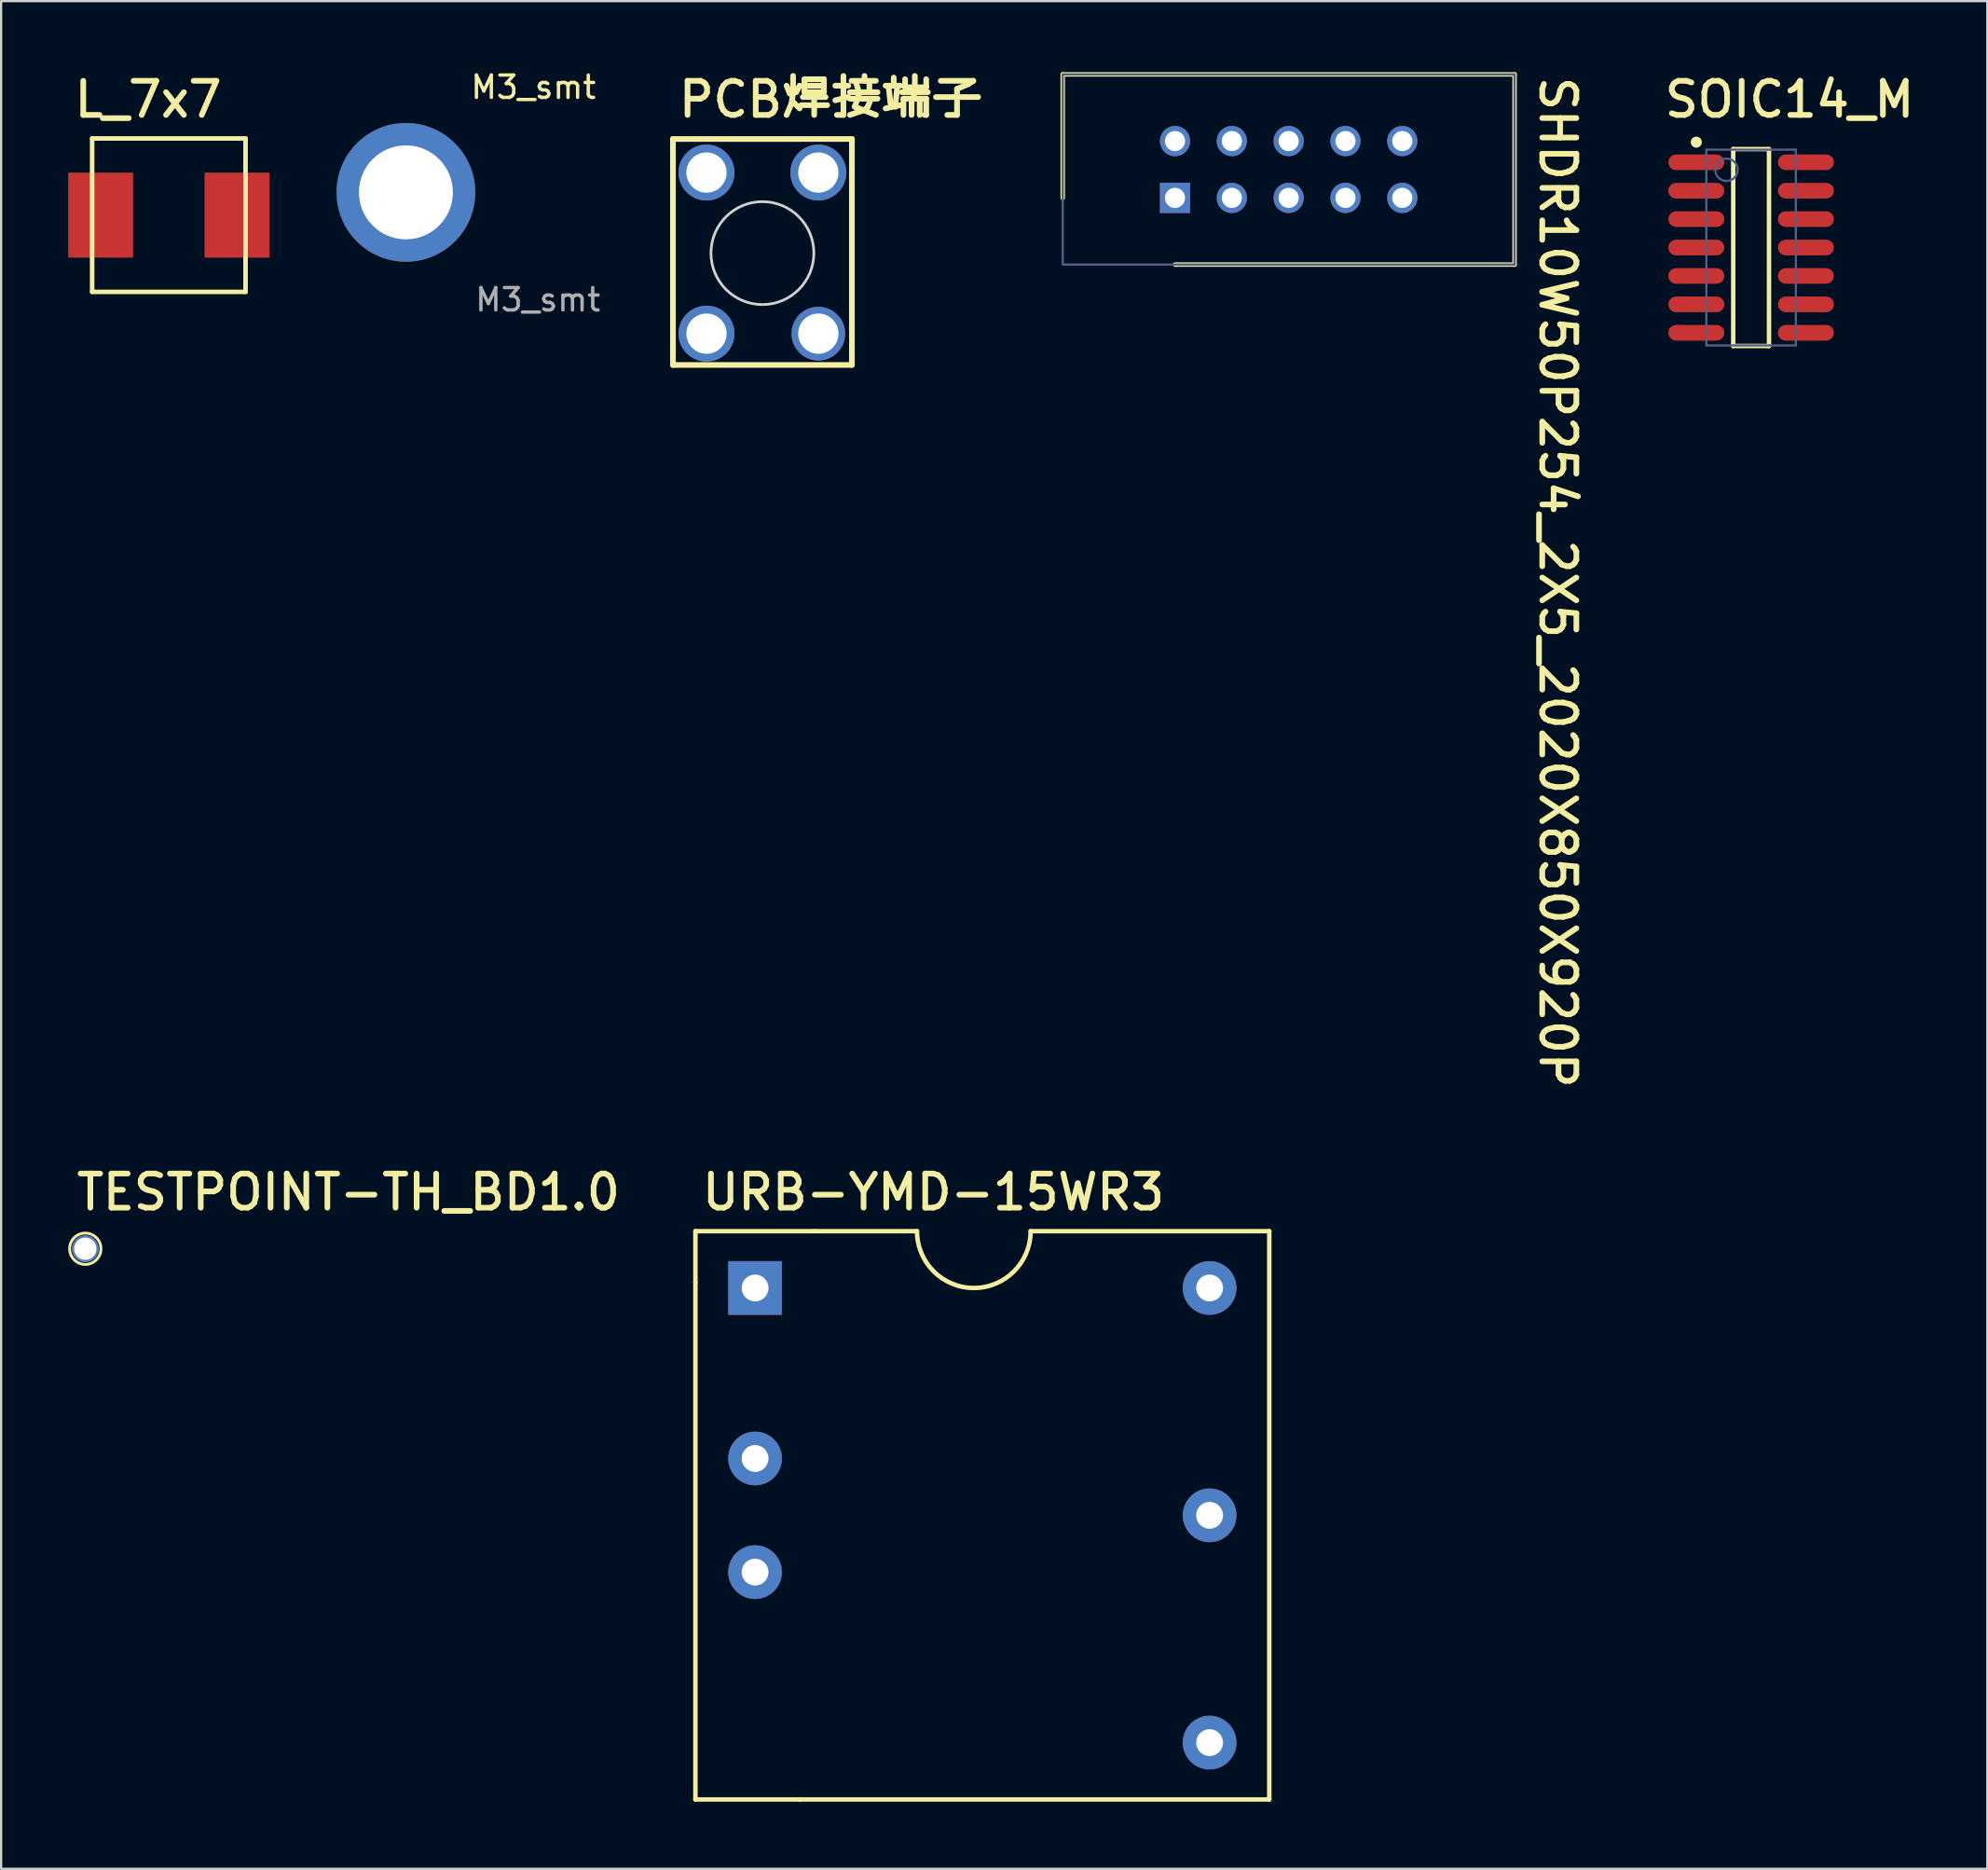
<source format=kicad_pcb>
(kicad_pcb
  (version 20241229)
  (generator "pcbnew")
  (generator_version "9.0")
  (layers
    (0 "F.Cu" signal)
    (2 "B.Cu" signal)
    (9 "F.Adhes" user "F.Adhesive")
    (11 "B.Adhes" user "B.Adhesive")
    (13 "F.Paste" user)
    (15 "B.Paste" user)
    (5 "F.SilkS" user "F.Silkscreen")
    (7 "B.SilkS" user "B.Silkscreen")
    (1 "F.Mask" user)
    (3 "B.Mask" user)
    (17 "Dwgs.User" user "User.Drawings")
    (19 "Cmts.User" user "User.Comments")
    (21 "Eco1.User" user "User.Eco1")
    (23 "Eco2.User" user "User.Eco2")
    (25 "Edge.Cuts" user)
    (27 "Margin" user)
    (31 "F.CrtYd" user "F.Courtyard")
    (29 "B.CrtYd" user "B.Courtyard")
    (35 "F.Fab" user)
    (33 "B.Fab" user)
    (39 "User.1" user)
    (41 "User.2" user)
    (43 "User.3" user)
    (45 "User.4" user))
  (footprint "URB-YMD-15WR3"
    (layer "F.Cu")
    (at 30.706 54.519)
    (property "Reference" "URB-YMD-15WR3" (at -2.502 -3.391 0) (unlocked yes) (layer "F.SilkS") (effects (font (size 1.524 1.524) (thickness 0.254)) (justify left bottom)))
    (fp_line (start -2.667 -2.54) (end 2.67 -2.54) (stroke (width 0.2) (type solid)) (layer "F.SilkS"))
    (fp_line (start -2.667 -0.254) (end -2.667 -2.54) (stroke (width 0.2) (type solid)) (layer "F.SilkS"))
    (fp_line (start -2.667 22.86) (end -2.667 -0.254) (stroke (width 0.2) (type solid)) (layer "F.SilkS"))
    (fp_line (start -2.667 22.86) (end 2.032 22.86) (stroke (width 0.2) (type solid)) (layer "F.SilkS"))
    (fp_line (start 2.032 22.86) (end 22.987 22.86) (stroke (width 0.2) (type solid)) (layer "F.SilkS"))
    (fp_line (start 2.67 -2.54) (end 7.239 -2.54) (stroke (width 0.2) (type solid)) (layer "F.SilkS"))
    (fp_line (start 12.319 -2.54) (end 22.987 -2.54) (stroke (width 0.2) (type solid)) (layer "F.SilkS"))
    (fp_line (start 22.987 22.86) (end 22.987 -2.54) (stroke (width 0.2) (type solid)) (layer "F.SilkS"))
    (fp_arc (start 12.319 -2.54) (mid 9.779 0) (end 7.239 -2.54) (stroke (width 0.2) (type solid)) (layer "F.SilkS"))
    (pad "1" thru_hole rect (at 0 0) (size 2.4 2.4) (drill 1.2) (layers "*.Cu" "*.Mask"))
    (pad "2" thru_hole circle (at 0 7.62) (size 2.4 2.4) (drill 1.2) (layers "*.Cu" "*.Mask"))
    (pad "3" thru_hole circle (at 0 12.7) (size 2.4 2.4) (drill 1.2) (layers "*.Cu" "*.Mask"))
    (pad "4" thru_hole circle (at 20.32 20.32) (size 2.4 2.4) (drill 1.2) (layers "*.Cu" "*.Mask"))
    (pad "5" thru_hole circle (at 20.32 10.16) (size 2.4 2.4) (drill 1.2) (layers "*.Cu" "*.Mask"))
    (pad "6" thru_hole circle (at 20.32 0) (size 2.4 2.4) (drill 1.2) (layers "*.Cu" "*.Mask")))
  (footprint "SHDR10W50P254_2X5_2020X850X920P"
    (layer "F.Cu")
    (at 49.48 5.795)
    (property "Reference" "SHDR10W50P254_2X5_2020X850X920P" (at 16.218 -5.55 270) (unlocked yes) (layer "F.SilkS") (effects (font (size 1.524 1.524) (thickness 0.254)) (justify left bottom)))
    (fp_line (start -5.02 -5.52) (end -5.02 0) (stroke (width 0.2) (type solid)) (layer "F.SilkS"))
    (fp_line (start -5.02 -5.52) (end 15.18 -5.52) (stroke (width 0.2) (type solid)) (layer "F.SilkS"))
    (fp_line (start 0 2.98) (end 15.18 2.98) (stroke (width 0.2) (type solid)) (layer "F.SilkS"))
    (fp_line (start 15.18 -5.52) (end 15.18 2.98) (stroke (width 0.2) (type solid)) (layer "F.SilkS"))
    (fp_line (start -5.27 -5.77) (end -5.27 3.23) (stroke (width 0.05) (type solid)) (layer "Eco1.User"))
    (fp_line (start -5.27 -5.77) (end 15.43 -5.77) (stroke (width 0.05) (type solid)) (layer "Eco1.User"))
    (fp_line (start -5.27 3.23) (end 15.43 3.23) (stroke (width 0.05) (type solid)) (layer "Eco1.User"))
    (fp_line (start 15.43 -5.77) (end 15.43 3.23) (stroke (width 0.05) (type solid)) (layer "Eco1.User"))
    (fp_line (start -5.02 -5.52) (end -5.02 2.98) (stroke (width 0.1) (type solid)) (layer "B.Fab"))
    (fp_line (start -5.02 -5.52) (end 15.18 -5.52) (stroke (width 0.1) (type solid)) (layer "B.Fab"))
    (fp_line (start -5.02 2.98) (end 15.18 2.98) (stroke (width 0.1) (type solid)) (layer "B.Fab"))
    (fp_line (start 15.18 -5.52) (end 15.18 2.98) (stroke (width 0.1) (type solid)) (layer "B.Fab"))
    (pad "1" thru_hole rect (at 0 0) (size 1.35 1.35) (drill 0.9) (layers "*.Cu" "*.Mask"))
    (pad "2" thru_hole circle (at 0 -2.54) (size 1.35 1.35) (drill 0.9) (layers "*.Cu" "*.Mask"))
    (pad "3" thru_hole circle (at 2.54 0) (size 1.35 1.35) (drill 0.9) (layers "*.Cu" "*.Mask"))
    (pad "4" thru_hole circle (at 2.54 -2.54) (size 1.35 1.35) (drill 0.9) (layers "*.Cu" "*.Mask"))
    (pad "5" thru_hole circle (at 5.08 0) (size 1.35 1.35) (drill 0.9) (layers "*.Cu" "*.Mask"))
    (pad "6" thru_hole circle (at 5.08 -2.54) (size 1.35 1.35) (drill 0.9) (layers "*.Cu" "*.Mask"))
    (pad "7" thru_hole circle (at 7.62 0) (size 1.35 1.35) (drill 0.9) (layers "*.Cu" "*.Mask"))
    (pad "8" thru_hole circle (at 7.62 -2.54) (size 1.35 1.35) (drill 0.9) (layers "*.Cu" "*.Mask"))
    (pad "9" thru_hole circle (at 10.16 0) (size 1.35 1.35) (drill 0.9) (layers "*.Cu" "*.Mask"))
    (pad "10" thru_hole circle (at 10.16 -2.54) (size 1.35 1.35) (drill 0.9) (layers "*.Cu" "*.Mask")))
  (footprint "L_7x7"
    (layer "F.Cu")
    (at 4.498 6.566)
    (property "Reference" "L_7x7" (at -4.356 -4.28 0) (unlocked yes) (layer "F.SilkS") (effects (font (size 1.524 1.524) (thickness 0.254)) (justify left bottom)))
    (fp_line (start -3.429 -3.429) (end 3.429 -3.429) (stroke (width 0.203) (type solid)) (layer "F.SilkS"))
    (fp_line (start -3.429 3.429) (end -3.429 -3.429) (stroke (width 0.203) (type solid)) (layer "F.SilkS"))
    (fp_line (start -3.429 3.429) (end 3.429 3.429) (stroke (width 0.203) (type solid)) (layer "F.SilkS"))
    (fp_line (start 3.429 3.429) (end 3.429 -3.429) (stroke (width 0.203) (type solid)) (layer "F.SilkS"))
    (pad "1" smd rect (at -3.048 0) (size 2.9 3.8) (layers "F.Cu" "F.Mask" "F.Paste"))
    (pad "2" smd rect (at 3.048 0) (size 2.9 3.8) (layers "F.Cu" "F.Mask" "F.Paste")))
  (footprint "PCB焊接端子"
    (layer "F.Cu")
    (at 28.034 4.763)
    (property "Reference" "PCB焊接端子" (at -0.876 -2.477 0) (unlocked yes) (layer "F.SilkS") (effects (font (size 1.524 1.524) (thickness 0.254)) (justify left bottom)))
    (fp_line (start -1 -1.6) (end 7 -1.6) (stroke (width 0.254) (type solid)) (layer "F.SilkS"))
    (fp_line (start -1 8.5) (end -1 -1.6) (stroke (width 0.254) (type solid)) (layer "F.SilkS"))
    (fp_line (start -1 8.5) (end 7 8.5) (stroke (width 0.254) (type solid)) (layer "F.SilkS"))
    (fp_line (start 7 8.5) (end 7 -1.6) (stroke (width 0.254) (type solid)) (layer "F.SilkS"))
    (fp_circle (center 3 3.5) (end 5.3 3.5) (stroke (width 0.12) (type default)) (fill no) (layer "Edge.Cuts"))
    (pad "1" thru_hole circle (at 0.5 -0.1) (size 2.5 2.5) (drill 1.8) (layers "*.Cu" "*.Mask"))
    (pad "1" thru_hole circle (at 0.5 7.1) (size 2.5 2.5) (drill 1.8) (layers "*.Cu" "*.Mask"))
    (pad "1" thru_hole circle (at 5.5 -0.1) (size 2.5 2.5) (drill 1.8) (layers "*.Cu" "*.Mask"))
    (pad "1" thru_hole circle (at 5.5 7.1) (size 2.4 2.4) (drill 1.8) (layers "*.Cu" "*.Mask"))
    (zone (net_name "") (layers "F.Cu" "B.Cu") (hatch edge 0.5) (connect_pads) (min_thickness 0.25) (filled_areas_thickness no) (keepout (tracks not_allowed) (vias not_allowed) (pads not_allowed) (copperpour not_allowed) (footprints allowed)) (placement (enabled no)) (fill))
    (zone (net_name "") (layers "F.Cu" "B.Cu") (hatch edge 0.5) (connect_pads) (min_thickness 0.25) (filled_areas_thickness no) (keepout (tracks not_allowed) (vias not_allowed) (pads not_allowed) (copperpour not_allowed) (footprints allowed)) (placement (enabled no)) (fill)))
  (footprint "TESTPOINT-TH_BD1.0"
    (layer "F.Cu")
    (at 0.763 52.766)
    (property "Reference" "TESTPOINT-TH_BD1.0" (at -0.521 -1.638 0) (unlocked yes) (layer "F.SilkS") (effects (font (size 1.524 1.524) (thickness 0.254)) (justify left bottom)))
    (fp_circle (center 0 0) (end 0 -0.7) (stroke (width 0.127) (type solid)) (fill no) (layer "F.SilkS"))
    (fp_poly (pts (xy 0.864 -0.804) (xy 0.864 -0.829) (xy 0.829 -0.864) (xy 0.78 -0.864) (xy 0.744 -0.829) (xy 0.744 -0.804) (xy 0.744 -0.78) (xy 0.78 -0.744) (xy 0.829 -0.744) (xy 0.864 -0.78)) (stroke (width 0.1) (type default)) (fill no) (layer "Eco1.User"))
    (pad "1" thru_hole circle (at 0 0) (size 1.2 1.2) (drill 1) (layers "*.Cu" "*.Mask")))
  (footprint "M3_smt"
    (layer "F.Cu")
    (at 15.096 5.548)
    (property "Reference" "M3_smt" (at 5.7 -4.7 0) (unlocked yes) (layer "F.SilkS") (effects (font (size 1 1) (thickness 0.15))))
    (attr smd)
    (fp_text user "${REFERENCE}" (at 5.9 4.8 0) (unlocked yes) (layer "F.Fab") (effects (font (size 1 1) (thickness 0.15))))
    (pad "1" thru_hole circle (at 0 0) (size 6.2 6.2) (drill 4.2) (layers "*.Cu" "*.Mask")))
  (footprint "SOIC14_M"
    (layer "F.Cu")
    (at 75.234 8.014)
    (property "Reference" "SOIC14_M" (at -4 -5.728 0) (unlocked yes) (layer "F.SilkS") (effects (font (size 1.524 1.524) (thickness 0.254)) (justify left bottom)))
    (fp_line (start -0.8 -4.4) (end 0.8 -4.4) (stroke (width 0.2) (type solid)) (layer "F.SilkS"))
    (fp_line (start -0.8 4.4) (end -0.8 -4.4) (stroke (width 0.2) (type solid)) (layer "F.SilkS"))
    (fp_line (start -0.8 4.4) (end 0.8 4.4) (stroke (width 0.2) (type solid)) (layer "F.SilkS"))
    (fp_line (start 0.8 4.4) (end 0.8 -4.4) (stroke (width 0.2) (type solid)) (layer "F.SilkS"))
    (fp_circle (center -2.45 -4.71) (end -2.45 -4.835) (stroke (width 0.25) (type solid)) (fill no) (layer "F.SilkS"))
    (fp_line (start -4.2 -4.9) (end 4.2 -4.9) (stroke (width 0.1) (type solid)) (layer "Eco1.User"))
    (fp_line (start -4.2 4.9) (end -4.2 -4.9) (stroke (width 0.1) (type solid)) (layer "Eco1.User"))
    (fp_line (start -4.2 4.9) (end 4.2 4.9) (stroke (width 0.1) (type solid)) (layer "Eco1.User"))
    (fp_line (start -0.5 0) (end 0.5 0) (stroke (width 0.1) (type solid)) (layer "Eco1.User"))
    (fp_line (start 0 0.5) (end 0 -0.5) (stroke (width 0.1) (type solid)) (layer "Eco1.User"))
    (fp_line (start 4.2 4.9) (end 4.2 -4.9) (stroke (width 0.1) (type solid)) (layer "Eco1.User"))
    (fp_line (start -2 -4.375) (end 2 -4.375) (stroke (width 0.1) (type solid)) (layer "B.Fab"))
    (fp_line (start -2 4.375) (end -2 -4.375) (stroke (width 0.1) (type solid)) (layer "B.Fab"))
    (fp_line (start -2 4.375) (end 2 4.375) (stroke (width 0.1) (type solid)) (layer "B.Fab"))
    (fp_line (start 2 4.375) (end 2 -4.375) (stroke (width 0.1) (type solid)) (layer "B.Fab"))
    (fp_circle (center -1.1 -3.475) (end -1.1 -3.975) (stroke (width 0.1) (type solid)) (fill no) (layer "B.Fab"))
    (pad "1" smd oval (at -2.45 -3.81 90) (size 0.7 2.5) (layers "F.Cu" "F.Mask" "F.Paste"))
    (pad "2" smd oval (at -2.45 -2.54 90) (size 0.7 2.5) (layers "F.Cu" "F.Mask" "F.Paste"))
    (pad "3" smd oval (at -2.45 -1.27 90) (size 0.7 2.5) (layers "F.Cu" "F.Mask" "F.Paste"))
    (pad "4" smd oval (at -2.45 0 90) (size 0.7 2.5) (layers "F.Cu" "F.Mask" "F.Paste"))
    (pad "5" smd oval (at -2.45 1.27 90) (size 0.7 2.5) (layers "F.Cu" "F.Mask" "F.Paste"))
    (pad "6" smd oval (at -2.45 2.54 90) (size 0.7 2.5) (layers "F.Cu" "F.Mask" "F.Paste"))
    (pad "7" smd oval (at -2.45 3.81 90) (size 0.7 2.5) (layers "F.Cu" "F.Mask" "F.Paste"))
    (pad "8" smd oval (at 2.45 3.81 90) (size 0.7 2.5) (layers "F.Cu" "F.Mask" "F.Paste"))
    (pad "9" smd oval (at 2.45 2.54 90) (size 0.7 2.5) (layers "F.Cu" "F.Mask" "F.Paste"))
    (pad "10" smd oval (at 2.45 1.27 90) (size 0.7 2.5) (layers "F.Cu" "F.Mask" "F.Paste"))
    (pad "11" smd oval (at 2.45 0 90) (size 0.7 2.5) (layers "F.Cu" "F.Mask" "F.Paste"))
    (pad "12" smd oval (at 2.45 -1.27 90) (size 0.7 2.5) (layers "F.Cu" "F.Mask" "F.Paste"))
    (pad "13" smd oval (at 2.45 -2.54 90) (size 0.7 2.5) (layers "F.Cu" "F.Mask" "F.Paste"))
    (pad "14" smd oval (at 2.45 -3.81 90) (size 0.7 2.5) (layers "F.Cu" "F.Mask" "F.Paste")))
  (gr_rect
    (start -3 -3)
    (end 85.794 80.479)
    (stroke (width 0.1) (type default))
    (fill no)
    (layer "Edge.Cuts")))
</source>
